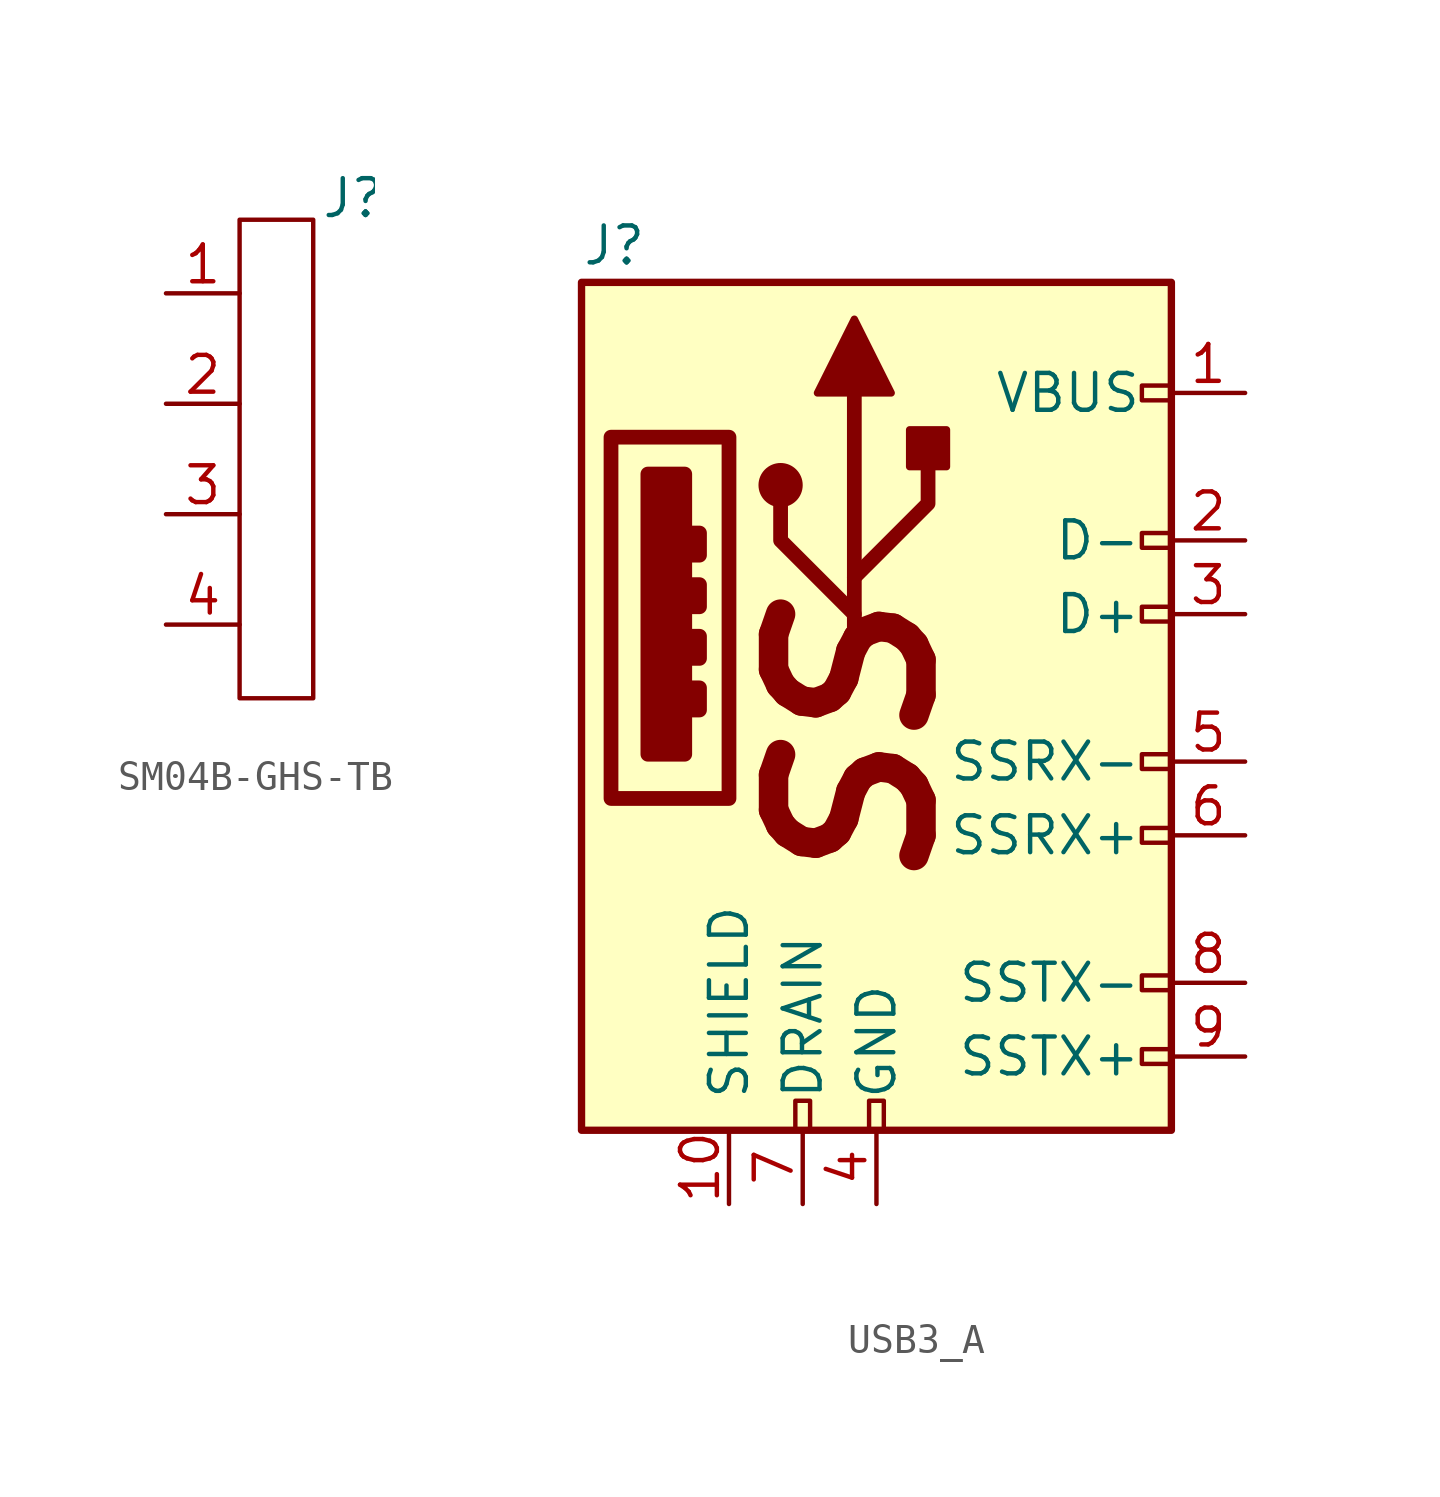
<source format=kicad_sym>
(kicad_symbol_lib
  (version 20211014)
  (generator kicad_symbol_editor)
  (symbol "SM04B-GHS-TB"
    (pin_names
      (offset 1.016) hide)
    (property "Reference" "J"
      (at 1.524 3.81 0)
      (effects (font (size 1.27 1.27)) (justify left bottom)))
    (symbol "SM04B-GHS-TB_0_1"
      (rectangle (start -1.27 3.81) (end 1.27 -12.7) (stroke (width 0) (type default) (color 0 0 0 0)) (fill (type none))))
    (symbol "SM04B-GHS-TB_1_1"
      (pin passive line (at -3.81 1.27 0) (length 2.54) (name "~" (effects (font (size 1.27 1.27)))) (number "1" (effects (font (size 1.27 1.27)))))
      (pin passive line (at -3.81 -2.54 0) (length 2.54) (name "~" (effects (font (size 1.27 1.27)))) (number "2" (effects (font (size 1.27 1.27)))))
      (pin passive line (at -3.81 -6.35 0) (length 2.54) (name "~" (effects (font (size 1.27 1.27)))) (number "3" (effects (font (size 1.27 1.27)))))
      (pin passive line (at -3.81 -10.16 0) (length 2.54) (name "~" (effects (font (size 1.27 1.27)))) (number "4" (effects (font (size 1.27 1.27)))))))
  (symbol "USB3_A"
    (pin_names
      (offset 1.016))
    (property "Reference" "J"
      (at -10.16 15.24 0)
      (effects (font (size 1.27 1.27)) (justify left)))
    (symbol "USB3_A_0_0"
      (rectangle (start -9.144 8.636) (end -5.08 -3.81) (stroke (width 0.508) (type default) (color 0 0 0 0)) (fill (type none)))
      (rectangle (start -7.874 7.366) (end -6.604 -2.286) (stroke (width 0.508) (type default) (color 0 0 0 0)) (fill (type outline)))
      (rectangle (start -6.35 0) (end -6.096 -0.762) (stroke (width 0.508) (type default) (color 0 0 0 0)) (fill (type none)))
      (rectangle (start -6.35 1.778) (end -6.096 1.016) (stroke (width 0.508) (type default) (color 0 0 0 0)) (fill (type none)))
      (rectangle (start -6.35 3.556) (end -6.096 2.794) (stroke (width 0.508) (type default) (color 0 0 0 0)) (fill (type none)))
      (rectangle (start -6.35 5.334) (end -6.096 4.572) (stroke (width 0.508) (type default) (color 0 0 0 0)) (fill (type none)))
      (rectangle (start -2.794 -15.24) (end -2.286 -14.224) (stroke (width 0) (type default) (color 0 0 0 0)) (fill (type none)))
      (rectangle (start -0.254 -15.24) (end 0.254 -14.224) (stroke (width 0) (type default) (color 0 0 0 0)) (fill (type none)))
      (rectangle (start 10.16 -12.446) (end 9.144 -12.954) (stroke (width 0) (type default) (color 0 0 0 0)) (fill (type none)))
      (rectangle (start 10.16 -9.906) (end 9.144 -10.414) (stroke (width 0) (type default) (color 0 0 0 0)) (fill (type none)))
      (rectangle (start 10.16 -4.826) (end 9.144 -5.334) (stroke (width 0) (type default) (color 0 0 0 0)) (fill (type none)))
      (rectangle (start 10.16 -2.286) (end 9.144 -2.794) (stroke (width 0) (type default) (color 0 0 0 0)) (fill (type none)))
      (rectangle (start 10.16 2.794) (end 9.144 2.286) (stroke (width 0) (type default) (color 0 0 0 0)) (fill (type none)))
      (rectangle (start 10.16 5.334) (end 9.144 4.826) (stroke (width 0) (type default) (color 0 0 0 0)) (fill (type none)))
      (rectangle (start 10.16 10.414) (end 9.144 9.906) (stroke (width 0) (type default) (color 0 0 0 0)) (fill (type none)))
      (text "SS" (at -0.762 -1.905 900) (effects (font (size 5.08 5.08) bold italic))))
    (symbol "USB3_A_0_1"
      (rectangle (start -10.16 13.97) (end 10.16 -15.24) (stroke (width 0.254) (type default) (color 0 0 0 0)) (fill (type background)))
      (circle (center -3.302 6.985) (radius 0.635) (stroke (width 0.254) (type default) (color 0 0 0 0)) (fill (type outline)))
      (polyline (pts (xy -0.762 1.27) (xy -0.762 10.16)) (stroke (width 0.508) (type default) (color 0 0 0 0)) (fill (type none)))
      (polyline (pts (xy -0.762 2.54) (xy -3.302 5.08) (xy -3.302 6.35)) (stroke (width 0.508) (type default) (color 0 0 0 0)) (fill (type none)))
      (polyline (pts (xy -0.762 3.81) (xy 1.778 6.35) (xy 1.778 7.62)) (stroke (width 0.508) (type default) (color 0 0 0 0)) (fill (type none)))
      (polyline (pts (xy -2.032 10.16) (xy -0.762 12.7) (xy 0.508 10.16) (xy -2.032 10.16)) (stroke (width 0.254) (type default) (color 0 0 0 0)) (fill (type outline)))
      (rectangle (start 1.143 7.62) (end 2.413 8.89) (stroke (width 0.254) (type default) (color 0 0 0 0)) (fill (type outline))))
    (symbol "USB3_A_1_1"
      (pin power_in line (at 12.7 10.16 180) (length 2.54) (name "VBUS" (effects (font (size 1.27 1.27)))) (number "1" (effects (font (size 1.27 1.27)))))
      (pin passive line (at -5.08 -17.78 90) (length 2.54) (name "SHIELD" (effects (font (size 1.27 1.27)))) (number "10" (effects (font (size 1.27 1.27)))))
      (pin bidirectional line (at 12.7 5.08 180) (length 2.54) (name "D-" (effects (font (size 1.27 1.27)))) (number "2" (effects (font (size 1.27 1.27)))))
      (pin bidirectional line (at 12.7 2.54 180) (length 2.54) (name "D+" (effects (font (size 1.27 1.27)))) (number "3" (effects (font (size 1.27 1.27)))))
      (pin power_in line (at 0 -17.78 90) (length 2.54) (name "GND" (effects (font (size 1.27 1.27)))) (number "4" (effects (font (size 1.27 1.27)))))
      (pin bidirectional line (at 12.7 -2.54 180) (length 2.54) (name "SSRX-" (effects (font (size 1.27 1.27)))) (number "5" (effects (font (size 1.27 1.27)))))
      (pin bidirectional line (at 12.7 -5.08 180) (length 2.54) (name "SSRX+" (effects (font (size 1.27 1.27)))) (number "6" (effects (font (size 1.27 1.27)))))
      (pin power_in line (at -2.54 -17.78 90) (length 2.54) (name "DRAIN" (effects (font (size 1.27 1.27)))) (number "7" (effects (font (size 1.27 1.27)))))
      (pin bidirectional line (at 12.7 -10.16 180) (length 2.54) (name "SSTX-" (effects (font (size 1.27 1.27)))) (number "8" (effects (font (size 1.27 1.27)))))
      (pin bidirectional line (at 12.7 -12.7 180) (length 2.54) (name "SSTX+" (effects (font (size 1.27 1.27)))) (number "9" (effects (font (size 1.27 1.27))))))))
</source>
